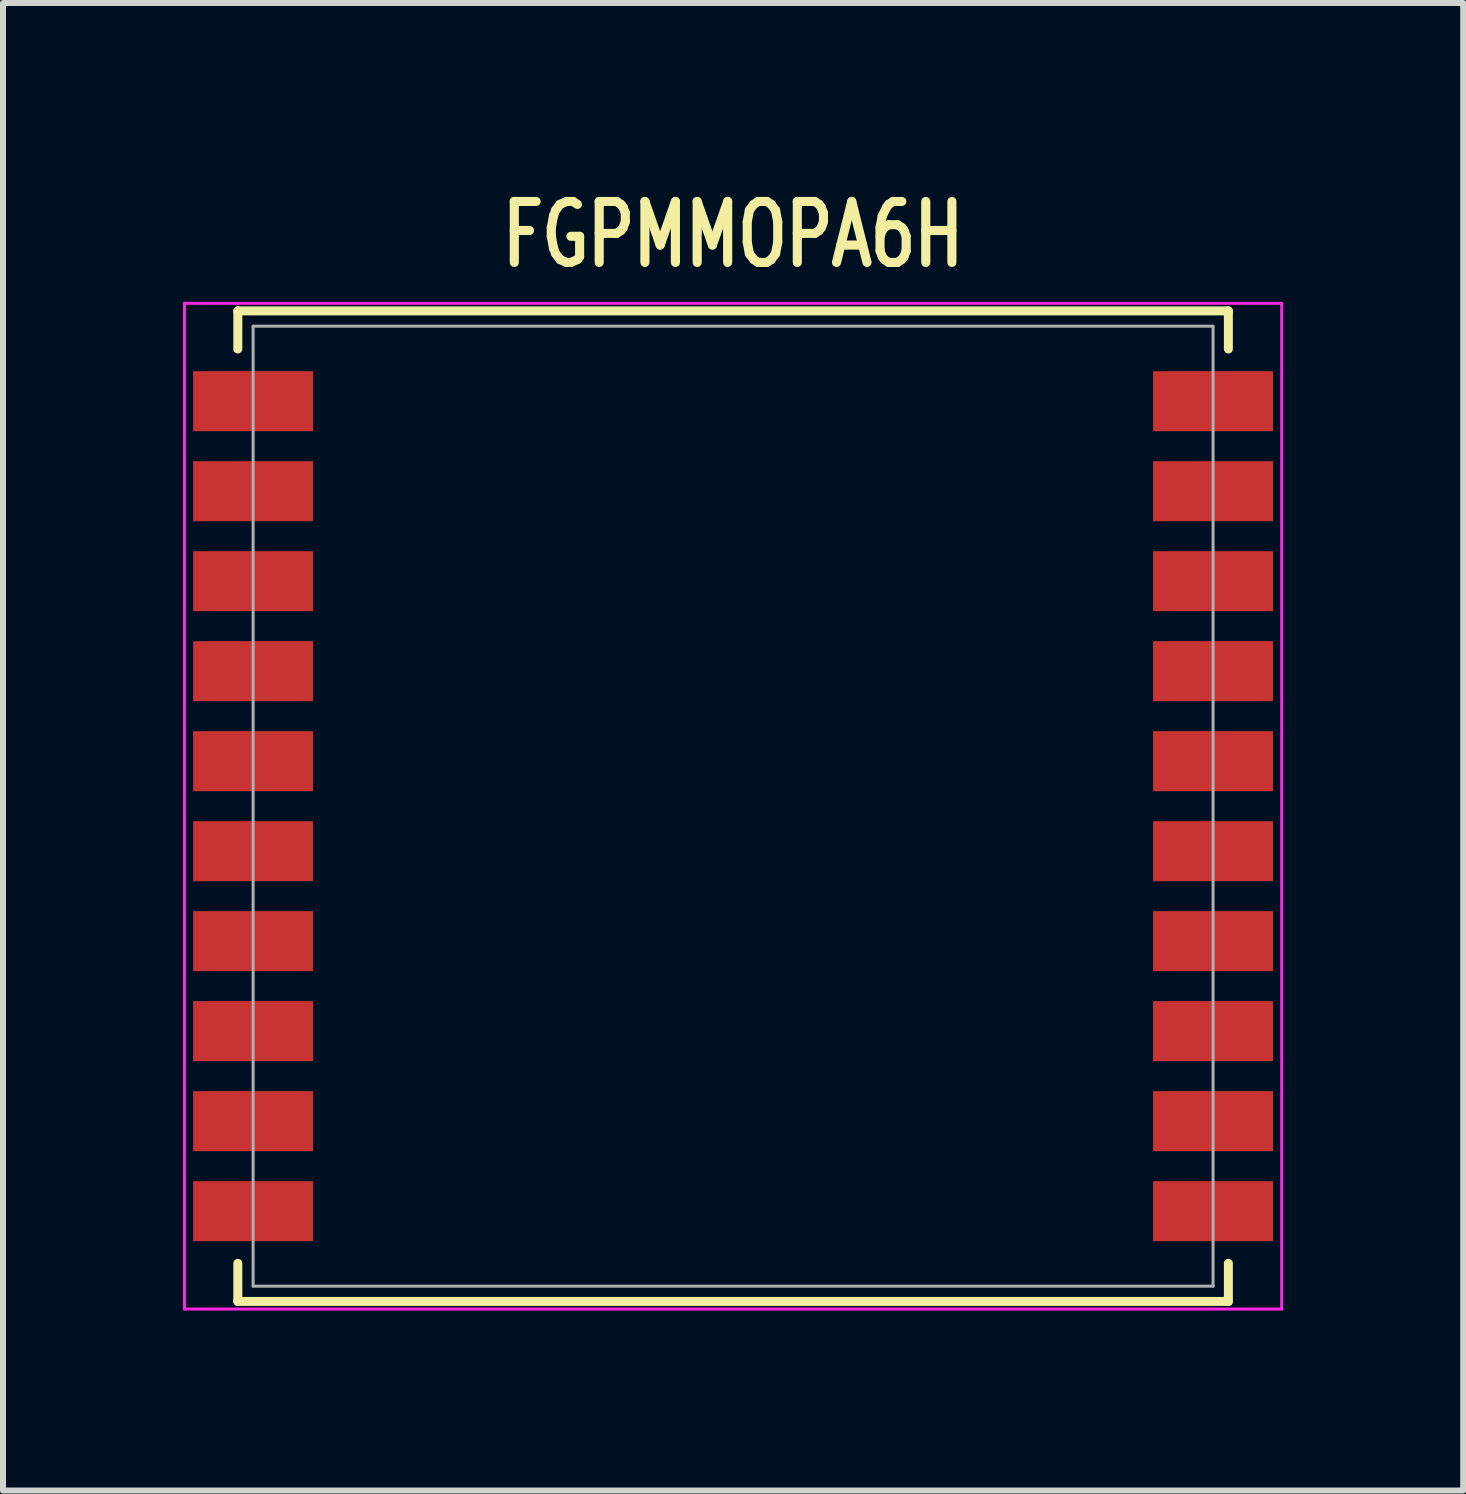
<source format=kicad_pcb>
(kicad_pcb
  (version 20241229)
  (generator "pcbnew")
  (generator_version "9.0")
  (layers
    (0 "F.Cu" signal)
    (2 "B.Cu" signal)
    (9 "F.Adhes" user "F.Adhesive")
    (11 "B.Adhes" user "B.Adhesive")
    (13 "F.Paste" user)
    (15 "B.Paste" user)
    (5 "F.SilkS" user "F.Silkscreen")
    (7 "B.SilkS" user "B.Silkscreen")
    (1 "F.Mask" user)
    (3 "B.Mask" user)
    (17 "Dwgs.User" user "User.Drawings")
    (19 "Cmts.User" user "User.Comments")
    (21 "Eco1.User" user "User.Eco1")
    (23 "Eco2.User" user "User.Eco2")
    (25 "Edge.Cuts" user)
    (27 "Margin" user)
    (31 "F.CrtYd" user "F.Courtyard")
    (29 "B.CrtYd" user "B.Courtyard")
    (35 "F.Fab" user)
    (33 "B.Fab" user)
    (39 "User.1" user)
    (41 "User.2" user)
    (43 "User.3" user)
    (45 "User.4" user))
  (footprint "FGPMMOPA6H"
    (layer "F.Cu")
    (at 9.169 10.387)
    (property "Reference" "FGPMMOPA6H" (at 0 -9.525 0) (layer "F.SilkS") (effects (font (size 1.016 0.762) (thickness 0.152))))
    (attr through_hole)
    (fp_line (start -8.255 -8.255) (end -8.255 -7.62) (stroke (width 0.15) (type solid)) (layer "F.SilkS"))
    (fp_line (start -8.255 7.62) (end -8.255 8.255) (stroke (width 0.15) (type solid)) (layer "F.SilkS"))
    (fp_line (start -8.255 8.255) (end 8.255 8.255) (stroke (width 0.15) (type solid)) (layer "F.SilkS"))
    (fp_line (start 8.255 -8.255) (end -8.255 -8.255) (stroke (width 0.15) (type solid)) (layer "F.SilkS"))
    (fp_line (start 8.255 -7.62) (end 8.255 -8.255) (stroke (width 0.15) (type solid)) (layer "F.SilkS"))
    (fp_line (start 8.255 8.255) (end 8.255 7.62) (stroke (width 0.15) (type solid)) (layer "F.SilkS"))
    (fp_line (start -9.144 -8.382) (end -9.144 8.382) (stroke (width 0.05) (type solid)) (layer "F.CrtYd"))
    (fp_line (start -9.144 8.382) (end 9.144 8.382) (stroke (width 0.05) (type solid)) (layer "F.CrtYd"))
    (fp_line (start 9.144 -8.382) (end -9.144 -8.382) (stroke (width 0.05) (type solid)) (layer "F.CrtYd"))
    (fp_line (start 9.144 8.382) (end 9.144 -8.382) (stroke (width 0.05) (type solid)) (layer "F.CrtYd"))
    (fp_line (start -8 -8) (end 8 -8) (stroke (width 0.05) (type solid)) (layer "F.Fab"))
    (fp_line (start -8 8) (end -8 -8) (stroke (width 0.05) (type solid)) (layer "F.Fab"))
    (fp_line (start 8 -8) (end 8 8) (stroke (width 0.05) (type solid)) (layer "F.Fab"))
    (fp_line (start 8 8) (end -8 8) (stroke (width 0.05) (type solid)) (layer "F.Fab"))
    (pad "1" smd rect (at -8 -6.75) (size 2 1) (layers "F.Cu" "F.Mask" "F.Paste"))
    (pad "2" smd rect (at -8 -5.25) (size 2 1) (layers "F.Cu" "F.Mask" "F.Paste"))
    (pad "3" smd rect (at -8 -3.75) (size 2 1) (layers "F.Cu" "F.Mask" "F.Paste"))
    (pad "4" smd rect (at -8 -2.25) (size 2 1) (layers "F.Cu" "F.Mask" "F.Paste"))
    (pad "5" smd rect (at -8 -0.75) (size 2 1) (layers "F.Cu" "F.Mask" "F.Paste"))
    (pad "6" smd rect (at -8 0.75) (size 2 1) (layers "F.Cu" "F.Mask" "F.Paste"))
    (pad "7" smd rect (at -8 2.25) (size 2 1) (layers "F.Cu" "F.Mask" "F.Paste"))
    (pad "8" smd rect (at -8 3.75) (size 2 1) (layers "F.Cu" "F.Mask" "F.Paste"))
    (pad "9" smd rect (at -8 5.25) (size 2 1) (layers "F.Cu" "F.Mask" "F.Paste"))
    (pad "10" smd rect (at -8 6.75) (size 2 1) (layers "F.Cu" "F.Mask" "F.Paste"))
    (pad "11" smd rect (at 8 6.75) (size 2 1) (layers "F.Cu" "F.Mask" "F.Paste"))
    (pad "12" smd rect (at 8 5.25) (size 2 1) (layers "F.Cu" "F.Mask" "F.Paste"))
    (pad "13" smd rect (at 8 3.75) (size 2 1) (layers "F.Cu" "F.Mask" "F.Paste"))
    (pad "14" smd rect (at 8 2.25) (size 2 1) (layers "F.Cu" "F.Mask" "F.Paste"))
    (pad "15" smd rect (at 8 0.75) (size 2 1) (layers "F.Cu" "F.Mask" "F.Paste"))
    (pad "16" smd rect (at 8 -0.75) (size 2 1) (layers "F.Cu" "F.Mask" "F.Paste"))
    (pad "17" smd rect (at 8 -2.25) (size 2 1) (layers "F.Cu" "F.Mask" "F.Paste"))
    (pad "18" smd rect (at 8 -3.75) (size 2 1) (layers "F.Cu" "F.Mask" "F.Paste"))
    (pad "19" smd rect (at 8 -5.25) (size 2 1) (layers "F.Cu" "F.Mask" "F.Paste"))
    (pad "20" smd rect (at 8 -6.75) (size 2 1) (layers "F.Cu" "F.Mask" "F.Paste")))
  (gr_rect
    (start -3 -3)
    (end 21.338 21.794)
    (stroke (width 0.1) (type default))
    (fill no)
    (layer "Edge.Cuts")))
</source>
